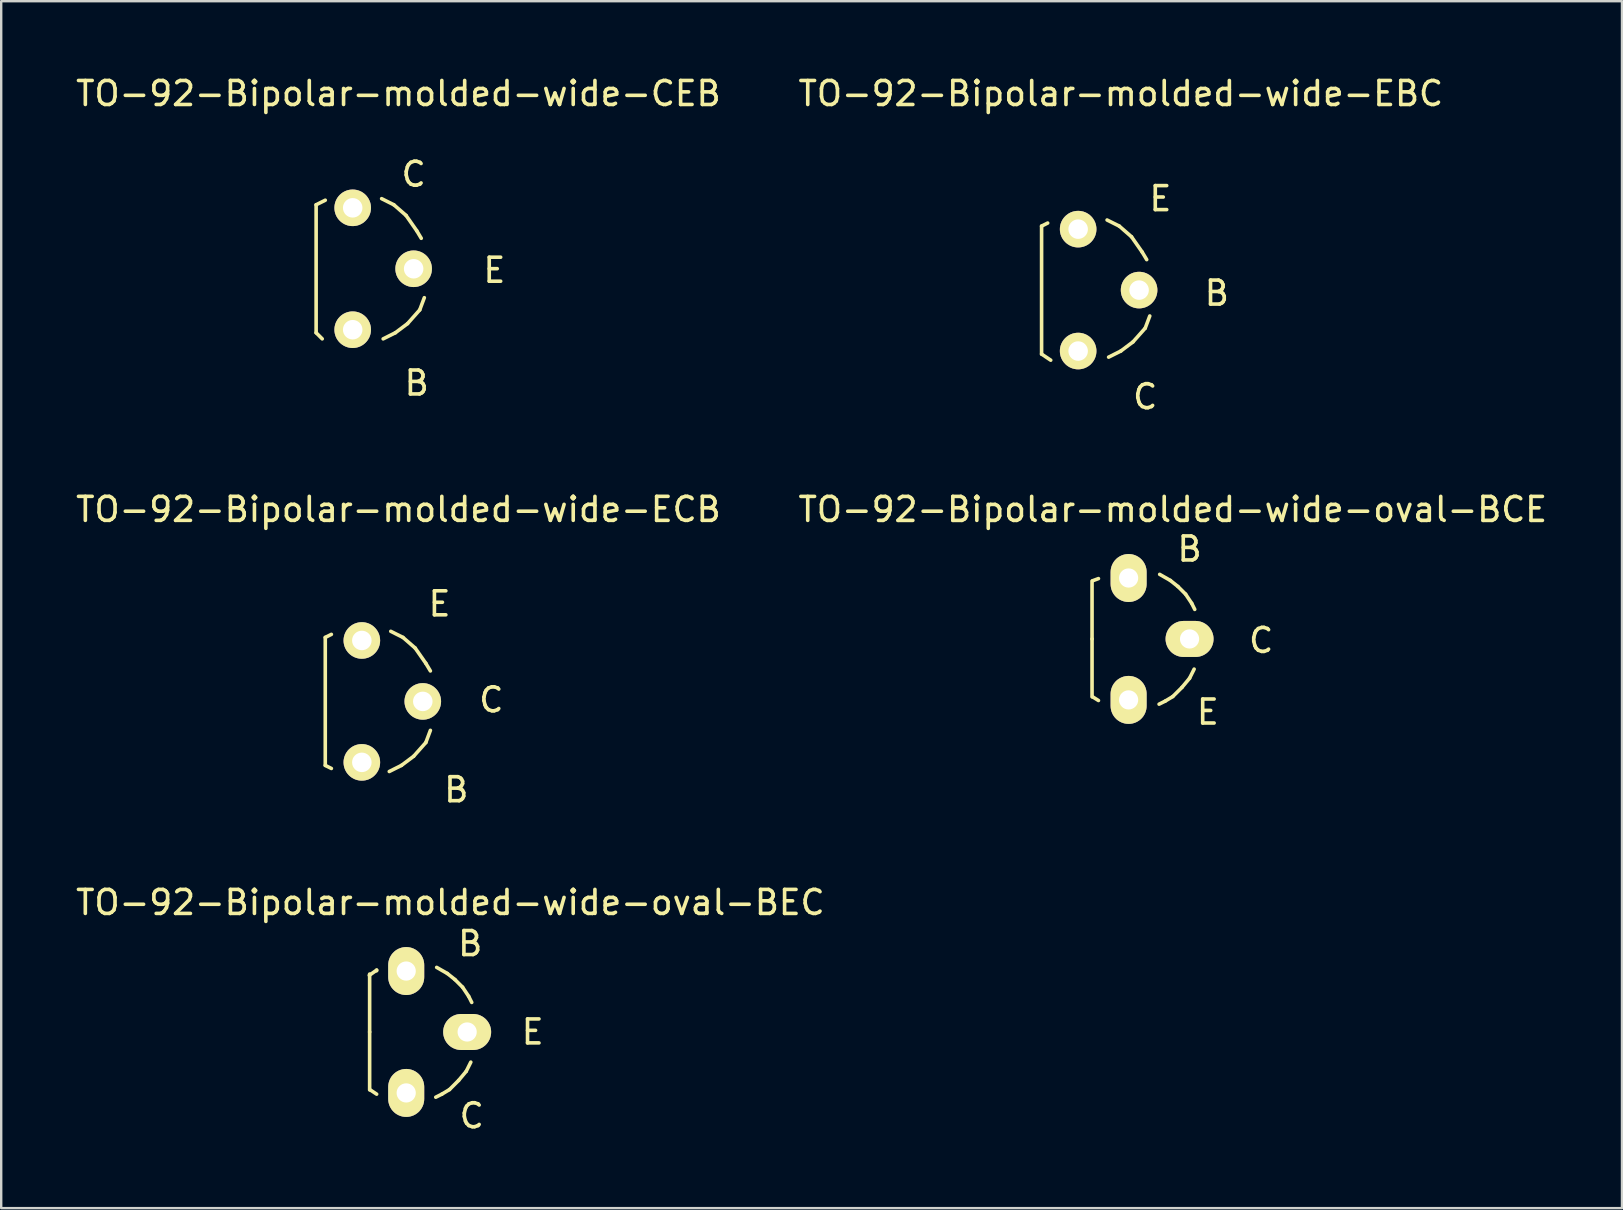
<source format=kicad_pcb>
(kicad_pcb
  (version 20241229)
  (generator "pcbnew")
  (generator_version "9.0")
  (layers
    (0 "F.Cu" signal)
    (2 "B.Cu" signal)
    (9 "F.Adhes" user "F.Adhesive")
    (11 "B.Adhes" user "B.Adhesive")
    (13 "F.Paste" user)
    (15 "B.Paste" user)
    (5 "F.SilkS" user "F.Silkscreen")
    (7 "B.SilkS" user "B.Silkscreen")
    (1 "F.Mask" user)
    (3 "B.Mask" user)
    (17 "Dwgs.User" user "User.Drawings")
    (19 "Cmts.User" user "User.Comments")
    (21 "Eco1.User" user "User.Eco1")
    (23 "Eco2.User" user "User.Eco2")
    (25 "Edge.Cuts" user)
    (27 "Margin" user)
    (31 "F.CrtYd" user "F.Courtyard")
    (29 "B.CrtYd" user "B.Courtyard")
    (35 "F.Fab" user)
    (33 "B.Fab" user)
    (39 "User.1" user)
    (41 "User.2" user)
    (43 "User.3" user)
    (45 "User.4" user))
  (footprint "TO-92-Bipolar-molded-wide-ECB"
    (layer "F.Cu")
    (at 12.03 26.182)
    (property "Reference" "TO-92-Bipolar-molded-wide-ECB" (at 1.524 -8.001 0) (layer "F.SilkS") (effects (font (size 1 1) (thickness 0.15))))
    (attr through_hole)
    (fp_line (start -1.524 -2.667) (end -1.524 2.667) (stroke (width 0.15) (type solid)) (layer "F.SilkS"))
    (fp_line (start -1.524 -2.667) (end -1.27 -2.794) (stroke (width 0.15) (type solid)) (layer "F.SilkS"))
    (fp_line (start -1.524 2.667) (end -1.27 2.794) (stroke (width 0.15) (type solid)) (layer "F.SilkS"))
    (fp_line (start 1.206 -2.921) (end 1.714 -2.667) (stroke (width 0.15) (type solid)) (layer "F.SilkS"))
    (fp_line (start 1.651 2.667) (end 1.143 2.921) (stroke (width 0.15) (type solid)) (layer "F.SilkS"))
    (fp_line (start 1.714 -2.667) (end 2.223 -2.223) (stroke (width 0.15) (type solid)) (layer "F.SilkS"))
    (fp_line (start 2.159 2.286) (end 1.651 2.667) (stroke (width 0.15) (type solid)) (layer "F.SilkS"))
    (fp_line (start 2.223 -2.223) (end 2.667 -1.587) (stroke (width 0.15) (type solid)) (layer "F.SilkS"))
    (fp_line (start 2.667 -1.587) (end 2.857 -1.27) (stroke (width 0.15) (type solid)) (layer "F.SilkS"))
    (fp_line (start 2.667 1.714) (end 2.159 2.286) (stroke (width 0.15) (type solid)) (layer "F.SilkS"))
    (fp_line (start 2.857 1.206) (end 2.667 1.714) (stroke (width 0.15) (type solid)) (layer "F.SilkS"))
    (fp_text user "E" (at 3.239 -4.064 0) (layer "F.SilkS") (effects (font (size 1 1) (thickness 0.15))))
    (fp_text user "B" (at 3.937 3.683 0) (layer "F.SilkS") (effects (font (size 1 1) (thickness 0.15))))
    (fp_text user "C" (at 5.397 -0.064 0) (layer "F.SilkS") (effects (font (size 1 1) (thickness 0.15))))
    (pad "B" thru_hole circle (at 0 2.54) (size 1.524 1.524) (drill 0.813) (layers "*.Cu" "*.Mask" "F.SilkS"))
    (pad "C" thru_hole circle (at 2.54 0) (size 1.524 1.524) (drill 0.813) (layers "*.Cu" "*.Mask" "F.SilkS"))
    (pad "E" thru_hole circle (at 0 -2.54) (size 1.524 1.524) (drill 0.813) (layers "*.Cu" "*.Mask" "F.SilkS")))
  (footprint "TO-92-Bipolar-molded-wide-oval-BEC"
    (layer "F.Cu")
    (at 13.879 39.959)
    (property "Reference" "TO-92-Bipolar-molded-wide-oval-BEC" (at 1.841 -5.397 0) (layer "F.SilkS") (effects (font (size 1 1) (thickness 0.15))))
    (attr through_hole)
    (fp_line (start -1.537 -2.362) (end -1.232 -2.578) (stroke (width 0.15) (type solid)) (layer "F.SilkS"))
    (fp_line (start -1.524 0) (end -1.524 -2.413) (stroke (width 0.15) (type solid)) (layer "F.SilkS"))
    (fp_line (start -1.524 0) (end -1.524 2.413) (stroke (width 0.15) (type solid)) (layer "F.SilkS"))
    (fp_line (start -1.499 2.413) (end -1.232 2.591) (stroke (width 0.15) (type solid)) (layer "F.SilkS"))
    (fp_line (start -1.232 -2.578) (end -1.232 -2.553) (stroke (width 0.15) (type solid)) (layer "F.SilkS"))
    (fp_line (start 1.27 -2.692) (end 1.714 -2.438) (stroke (width 0.15) (type solid)) (layer "F.SilkS"))
    (fp_line (start 1.486 2.591) (end 1.232 2.718) (stroke (width 0.15) (type solid)) (layer "F.SilkS"))
    (fp_line (start 1.714 -2.438) (end 2.032 -2.184) (stroke (width 0.15) (type solid)) (layer "F.SilkS"))
    (fp_line (start 1.803 2.4) (end 1.486 2.591) (stroke (width 0.15) (type solid)) (layer "F.SilkS"))
    (fp_line (start 2.032 -2.184) (end 2.349 -1.867) (stroke (width 0.15) (type solid)) (layer "F.SilkS"))
    (fp_line (start 2.184 2.019) (end 1.803 2.4) (stroke (width 0.15) (type solid)) (layer "F.SilkS"))
    (fp_line (start 2.349 -1.867) (end 2.603 -1.486) (stroke (width 0.15) (type solid)) (layer "F.SilkS"))
    (fp_line (start 2.502 1.638) (end 2.184 2.019) (stroke (width 0.15) (type solid)) (layer "F.SilkS"))
    (fp_line (start 2.603 -1.486) (end 2.731 -1.232) (stroke (width 0.15) (type solid)) (layer "F.SilkS"))
    (fp_line (start 2.692 1.257) (end 2.502 1.638) (stroke (width 0.15) (type solid)) (layer "F.SilkS"))
    (fp_text user "B" (at 2.667 -3.683 0) (layer "F.SilkS") (effects (font (size 1 1) (thickness 0.15))))
    (fp_text user "E" (at 5.271 0 0) (layer "F.SilkS") (effects (font (size 1 1) (thickness 0.15))))
    (fp_text user "C" (at 2.731 3.493 0) (layer "F.SilkS") (effects (font (size 1 1) (thickness 0.15))))
    (pad "B" thru_hole oval (at 0 -2.54) (size 1.501 1.999) (drill 0.8) (layers "*.Cu" "*.Mask" "F.SilkS"))
    (pad "C" thru_hole oval (at 0 2.54) (size 1.501 1.999) (drill 0.8) (layers "*.Cu" "*.Mask" "F.SilkS"))
    (pad "E" thru_hole oval (at 2.54 0) (size 1.999 1.501) (drill 0.8) (layers "*.Cu" "*.Mask" "F.SilkS")))
  (footprint "TO-92-Bipolar-molded-wide-EBC"
    (layer "F.Cu")
    (at 41.883 9.04)
    (property "Reference" "TO-92-Bipolar-molded-wide-EBC" (at 1.778 -8.191 0) (layer "F.SilkS") (effects (font (size 1 1) (thickness 0.15))))
    (attr through_hole)
    (fp_line (start -1.524 -2.667) (end -1.524 2.667) (stroke (width 0.15) (type solid)) (layer "F.SilkS"))
    (fp_line (start -1.524 -2.667) (end -1.27 -2.794) (stroke (width 0.15) (type solid)) (layer "F.SilkS"))
    (fp_line (start -1.524 2.667) (end -1.143 2.921) (stroke (width 0.15) (type solid)) (layer "F.SilkS"))
    (fp_line (start 1.206 -2.921) (end 1.714 -2.667) (stroke (width 0.15) (type solid)) (layer "F.SilkS"))
    (fp_line (start 1.714 -2.667) (end 2.223 -2.223) (stroke (width 0.15) (type solid)) (layer "F.SilkS"))
    (fp_line (start 1.778 2.54) (end 1.27 2.794) (stroke (width 0.15) (type solid)) (layer "F.SilkS"))
    (fp_line (start 2.223 -2.223) (end 2.667 -1.587) (stroke (width 0.15) (type solid)) (layer "F.SilkS"))
    (fp_line (start 2.286 2.159) (end 1.778 2.54) (stroke (width 0.15) (type solid)) (layer "F.SilkS"))
    (fp_line (start 2.667 -1.587) (end 2.857 -1.27) (stroke (width 0.15) (type solid)) (layer "F.SilkS"))
    (fp_line (start 2.794 1.587) (end 2.286 2.159) (stroke (width 0.15) (type solid)) (layer "F.SilkS"))
    (fp_line (start 2.985 1.079) (end 2.794 1.587) (stroke (width 0.15) (type solid)) (layer "F.SilkS"))
    (fp_text user "E" (at 3.429 -3.81 0) (layer "F.SilkS") (effects (font (size 1 1) (thickness 0.15))))
    (fp_text user "B" (at 5.779 0.127 0) (layer "F.SilkS") (effects (font (size 1 1) (thickness 0.15))))
    (fp_text user "C" (at 2.794 4.445 0) (layer "F.SilkS") (effects (font (size 1 1) (thickness 0.15))))
    (pad "B" thru_hole circle (at 2.54 0) (size 1.524 1.524) (drill 0.813) (layers "*.Cu" "*.Mask" "F.SilkS"))
    (pad "C" thru_hole circle (at 0 2.54) (size 1.524 1.524) (drill 0.813) (layers "*.Cu" "*.Mask" "F.SilkS"))
    (pad "E" thru_hole circle (at 0 -2.54) (size 1.524 1.524) (drill 0.813) (layers "*.Cu" "*.Mask" "F.SilkS")))
  (footprint "TO-92-Bipolar-molded-wide-oval-BCE"
    (layer "F.Cu")
    (at 43.986 23.579)
    (property "Reference" "TO-92-Bipolar-molded-wide-oval-BCE" (at 1.841 -5.397 0) (layer "F.SilkS") (effects (font (size 1 1) (thickness 0.15))))
    (attr through_hole)
    (fp_line (start -1.524 0) (end -1.524 -2.413) (stroke (width 0.15) (type solid)) (layer "F.SilkS"))
    (fp_line (start -1.524 0) (end -1.524 2.413) (stroke (width 0.15) (type solid)) (layer "F.SilkS"))
    (fp_line (start -1.499 -2.426) (end -1.257 -2.515) (stroke (width 0.15) (type solid)) (layer "F.SilkS"))
    (fp_line (start -1.499 2.413) (end -1.257 2.565) (stroke (width 0.15) (type solid)) (layer "F.SilkS"))
    (fp_line (start 1.295 -2.692) (end 1.74 -2.438) (stroke (width 0.15) (type solid)) (layer "F.SilkS"))
    (fp_line (start 1.524 2.591) (end 1.27 2.718) (stroke (width 0.15) (type solid)) (layer "F.SilkS"))
    (fp_line (start 1.74 -2.438) (end 2.057 -2.184) (stroke (width 0.15) (type solid)) (layer "F.SilkS"))
    (fp_line (start 1.841 2.4) (end 1.524 2.591) (stroke (width 0.15) (type solid)) (layer "F.SilkS"))
    (fp_line (start 2.057 -2.184) (end 2.375 -1.867) (stroke (width 0.15) (type solid)) (layer "F.SilkS"))
    (fp_line (start 2.223 2.019) (end 1.841 2.4) (stroke (width 0.15) (type solid)) (layer "F.SilkS"))
    (fp_line (start 2.375 -1.867) (end 2.629 -1.486) (stroke (width 0.15) (type solid)) (layer "F.SilkS"))
    (fp_line (start 2.54 1.638) (end 2.223 2.019) (stroke (width 0.15) (type solid)) (layer "F.SilkS"))
    (fp_line (start 2.629 -1.486) (end 2.756 -1.232) (stroke (width 0.15) (type solid)) (layer "F.SilkS"))
    (fp_line (start 2.731 1.257) (end 2.54 1.638) (stroke (width 0.15) (type solid)) (layer "F.SilkS"))
    (fp_text user "C" (at 5.524 0.064 0) (layer "F.SilkS") (effects (font (size 1 1) (thickness 0.15))))
    (fp_text user "B" (at 2.54 -3.747 0) (layer "F.SilkS") (effects (font (size 1 1) (thickness 0.15))))
    (fp_text user "E" (at 3.302 3.048 0) (layer "F.SilkS") (effects (font (size 1 1) (thickness 0.15))))
    (pad "B" thru_hole oval (at 0 -2.54) (size 1.501 1.999) (drill 0.8) (layers "*.Cu" "*.Mask" "F.SilkS"))
    (pad "C" thru_hole oval (at 2.54 0) (size 1.999 1.501) (drill 0.8) (layers "*.Cu" "*.Mask" "F.SilkS"))
    (pad "E" thru_hole oval (at 0 2.54) (size 1.501 1.999) (drill 0.8) (layers "*.Cu" "*.Mask" "F.SilkS")))
  (footprint "TO-92-Bipolar-molded-wide-CEB"
    (layer "F.Cu")
    (at 11.649 8.151)
    (property "Reference" "TO-92-Bipolar-molded-wide-CEB" (at 1.905 -7.303 0) (layer "F.SilkS") (effects (font (size 1 1) (thickness 0.15))))
    (attr through_hole)
    (fp_line (start -1.524 -2.667) (end -1.524 2.667) (stroke (width 0.15) (type solid)) (layer "F.SilkS"))
    (fp_line (start -1.524 -2.667) (end -1.143 -2.857) (stroke (width 0.15) (type solid)) (layer "F.SilkS"))
    (fp_line (start -1.524 2.667) (end -1.27 2.921) (stroke (width 0.15) (type solid)) (layer "F.SilkS"))
    (fp_line (start 1.206 -2.921) (end 1.714 -2.667) (stroke (width 0.15) (type solid)) (layer "F.SilkS"))
    (fp_line (start 1.714 -2.667) (end 2.223 -2.223) (stroke (width 0.15) (type solid)) (layer "F.SilkS"))
    (fp_line (start 1.778 2.667) (end 1.27 2.921) (stroke (width 0.15) (type solid)) (layer "F.SilkS"))
    (fp_line (start 2.223 -2.223) (end 2.667 -1.587) (stroke (width 0.15) (type solid)) (layer "F.SilkS"))
    (fp_line (start 2.286 2.286) (end 1.778 2.667) (stroke (width 0.15) (type solid)) (layer "F.SilkS"))
    (fp_line (start 2.667 -1.587) (end 2.857 -1.27) (stroke (width 0.15) (type solid)) (layer "F.SilkS"))
    (fp_line (start 2.794 1.714) (end 2.286 2.286) (stroke (width 0.15) (type solid)) (layer "F.SilkS"))
    (fp_line (start 2.985 1.206) (end 2.794 1.714) (stroke (width 0.15) (type solid)) (layer "F.SilkS"))
    (fp_text user "E" (at 5.905 0.064 0) (layer "F.SilkS") (effects (font (size 1 1) (thickness 0.15))))
    (fp_text user "C" (at 2.54 -3.937 0) (layer "F.SilkS") (effects (font (size 1 1) (thickness 0.15))))
    (fp_text user "B" (at 2.667 4.763 0) (layer "F.SilkS") (effects (font (size 1 1) (thickness 0.15))))
    (pad "B" thru_hole circle (at 0 2.54) (size 1.524 1.524) (drill 0.813) (layers "*.Cu" "*.Mask" "F.SilkS"))
    (pad "C" thru_hole circle (at 0 -2.54) (size 1.524 1.524) (drill 0.813) (layers "*.Cu" "*.Mask" "F.SilkS"))
    (pad "E" thru_hole circle (at 2.54 0) (size 1.524 1.524) (drill 0.813) (layers "*.Cu" "*.Mask" "F.SilkS")))
  (gr_rect
    (start -3 -3)
    (end 64.548 47.3)
    (stroke (width 0.1) (type default))
    (fill no)
    (layer "Edge.Cuts")))
</source>
